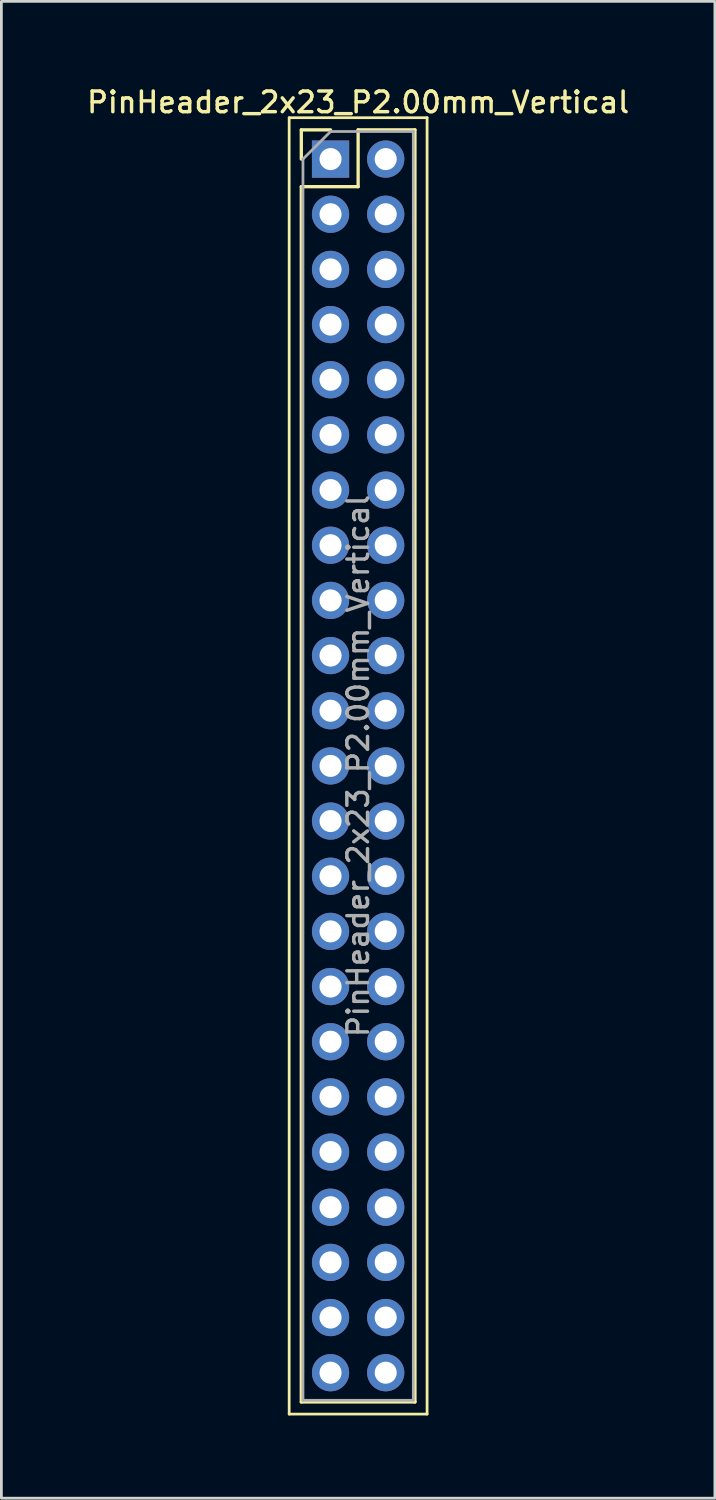
<source format=kicad_pcb>
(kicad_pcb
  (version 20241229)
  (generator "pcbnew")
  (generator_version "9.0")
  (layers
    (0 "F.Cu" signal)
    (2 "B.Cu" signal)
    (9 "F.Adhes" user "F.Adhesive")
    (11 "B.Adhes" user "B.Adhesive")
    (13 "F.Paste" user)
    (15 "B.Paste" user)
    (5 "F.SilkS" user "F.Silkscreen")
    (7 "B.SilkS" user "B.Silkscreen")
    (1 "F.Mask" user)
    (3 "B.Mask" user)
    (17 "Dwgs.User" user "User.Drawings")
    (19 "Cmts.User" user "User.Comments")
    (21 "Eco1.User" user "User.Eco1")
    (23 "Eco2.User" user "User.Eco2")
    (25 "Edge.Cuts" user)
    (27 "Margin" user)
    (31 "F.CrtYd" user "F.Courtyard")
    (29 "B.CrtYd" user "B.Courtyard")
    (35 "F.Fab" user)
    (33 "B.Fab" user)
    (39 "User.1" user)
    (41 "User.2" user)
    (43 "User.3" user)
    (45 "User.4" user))
  (footprint "PinHeader_2x23_P2.00mm_Vertical"
    (layer "F.Cu")
    (at 8.934 2.718)
    (property "Reference" "PinHeader_2x23_P2.00mm_Vertical" (at 1 -2.06 0) (layer "F.SilkS") (effects (font (size 0.75 0.75) (thickness 0.125))))
    (attr through_hole)
    (fp_line (start -1.5 -1.5) (end -1.5 45.5) (stroke (width 0.1) (type solid)) (layer "F.SilkS"))
    (fp_line (start -1.5 45.5) (end 3.5 45.5) (stroke (width 0.1) (type solid)) (layer "F.SilkS"))
    (fp_line (start -1.06 -1.06) (end 0 -1.06) (stroke (width 0.12) (type solid)) (layer "F.SilkS"))
    (fp_line (start -1.06 0) (end -1.06 -1.06) (stroke (width 0.12) (type solid)) (layer "F.SilkS"))
    (fp_line (start -1.06 1) (end -1.06 45.06) (stroke (width 0.12) (type solid)) (layer "F.SilkS"))
    (fp_line (start -1.06 1) (end 1 1) (stroke (width 0.12) (type solid)) (layer "F.SilkS"))
    (fp_line (start -1.06 45.06) (end 3.06 45.06) (stroke (width 0.12) (type solid)) (layer "F.SilkS"))
    (fp_line (start 1 -1.06) (end 3.06 -1.06) (stroke (width 0.12) (type solid)) (layer "F.SilkS"))
    (fp_line (start 1 1) (end 1 -1.06) (stroke (width 0.12) (type solid)) (layer "F.SilkS"))
    (fp_line (start 3.06 -1.06) (end 3.06 45.06) (stroke (width 0.12) (type solid)) (layer "F.SilkS"))
    (fp_line (start 3.5 -1.5) (end -1.5 -1.5) (stroke (width 0.1) (type solid)) (layer "F.SilkS"))
    (fp_line (start 3.5 45.5) (end 3.5 -1.5) (stroke (width 0.1) (type solid)) (layer "F.SilkS"))
    (fp_line (start -1 0) (end 0 -1) (stroke (width 0.1) (type solid)) (layer "F.Fab"))
    (fp_line (start -1 45) (end -1 0) (stroke (width 0.1) (type solid)) (layer "F.Fab"))
    (fp_line (start 0 -1) (end 3 -1) (stroke (width 0.1) (type solid)) (layer "F.Fab"))
    (fp_line (start 3 -1) (end 3 45) (stroke (width 0.1) (type solid)) (layer "F.Fab"))
    (fp_line (start 3 45) (end -1 45) (stroke (width 0.1) (type solid)) (layer "F.Fab"))
    (fp_text user "${REFERENCE}" (at 1 22 90) (layer "F.Fab") (effects (font (size 0.75 0.75) (thickness 0.125))))
    (pad "1" thru_hole rect (at 0 0) (size 1.35 1.35) (drill 0.8) (layers "*.Cu" "*.Mask"))
    (pad "2" thru_hole oval (at 2 0) (size 1.35 1.35) (drill 0.8) (layers "*.Cu" "*.Mask"))
    (pad "3" thru_hole oval (at 0 2) (size 1.35 1.35) (drill 0.8) (layers "*.Cu" "*.Mask"))
    (pad "4" thru_hole oval (at 2 2) (size 1.35 1.35) (drill 0.8) (layers "*.Cu" "*.Mask"))
    (pad "5" thru_hole oval (at 0 4) (size 1.35 1.35) (drill 0.8) (layers "*.Cu" "*.Mask"))
    (pad "6" thru_hole oval (at 2 4) (size 1.35 1.35) (drill 0.8) (layers "*.Cu" "*.Mask"))
    (pad "7" thru_hole oval (at 0 6) (size 1.35 1.35) (drill 0.8) (layers "*.Cu" "*.Mask"))
    (pad "8" thru_hole oval (at 2 6) (size 1.35 1.35) (drill 0.8) (layers "*.Cu" "*.Mask"))
    (pad "9" thru_hole oval (at 0 8) (size 1.35 1.35) (drill 0.8) (layers "*.Cu" "*.Mask"))
    (pad "10" thru_hole oval (at 2 8) (size 1.35 1.35) (drill 0.8) (layers "*.Cu" "*.Mask"))
    (pad "11" thru_hole oval (at 0 10) (size 1.35 1.35) (drill 0.8) (layers "*.Cu" "*.Mask"))
    (pad "12" thru_hole oval (at 2 10) (size 1.35 1.35) (drill 0.8) (layers "*.Cu" "*.Mask"))
    (pad "13" thru_hole oval (at 0 12) (size 1.35 1.35) (drill 0.8) (layers "*.Cu" "*.Mask"))
    (pad "14" thru_hole oval (at 2 12) (size 1.35 1.35) (drill 0.8) (layers "*.Cu" "*.Mask"))
    (pad "15" thru_hole oval (at 0 14) (size 1.35 1.35) (drill 0.8) (layers "*.Cu" "*.Mask"))
    (pad "16" thru_hole oval (at 2 14) (size 1.35 1.35) (drill 0.8) (layers "*.Cu" "*.Mask"))
    (pad "17" thru_hole oval (at 0 16) (size 1.35 1.35) (drill 0.8) (layers "*.Cu" "*.Mask"))
    (pad "18" thru_hole oval (at 2 16) (size 1.35 1.35) (drill 0.8) (layers "*.Cu" "*.Mask"))
    (pad "19" thru_hole oval (at 0 18) (size 1.35 1.35) (drill 0.8) (layers "*.Cu" "*.Mask"))
    (pad "20" thru_hole oval (at 2 18) (size 1.35 1.35) (drill 0.8) (layers "*.Cu" "*.Mask"))
    (pad "21" thru_hole oval (at 0 20) (size 1.35 1.35) (drill 0.8) (layers "*.Cu" "*.Mask"))
    (pad "22" thru_hole oval (at 2 20) (size 1.35 1.35) (drill 0.8) (layers "*.Cu" "*.Mask"))
    (pad "23" thru_hole oval (at 0 22) (size 1.35 1.35) (drill 0.8) (layers "*.Cu" "*.Mask"))
    (pad "24" thru_hole oval (at 2 22) (size 1.35 1.35) (drill 0.8) (layers "*.Cu" "*.Mask"))
    (pad "25" thru_hole oval (at 0 24) (size 1.35 1.35) (drill 0.8) (layers "*.Cu" "*.Mask"))
    (pad "26" thru_hole oval (at 2 24) (size 1.35 1.35) (drill 0.8) (layers "*.Cu" "*.Mask"))
    (pad "27" thru_hole oval (at 0 26) (size 1.35 1.35) (drill 0.8) (layers "*.Cu" "*.Mask"))
    (pad "28" thru_hole oval (at 2 26) (size 1.35 1.35) (drill 0.8) (layers "*.Cu" "*.Mask"))
    (pad "29" thru_hole oval (at 0 28) (size 1.35 1.35) (drill 0.8) (layers "*.Cu" "*.Mask"))
    (pad "30" thru_hole oval (at 2 28) (size 1.35 1.35) (drill 0.8) (layers "*.Cu" "*.Mask"))
    (pad "31" thru_hole oval (at 0 30) (size 1.35 1.35) (drill 0.8) (layers "*.Cu" "*.Mask"))
    (pad "32" thru_hole oval (at 2 30) (size 1.35 1.35) (drill 0.8) (layers "*.Cu" "*.Mask"))
    (pad "33" thru_hole oval (at 0 32) (size 1.35 1.35) (drill 0.8) (layers "*.Cu" "*.Mask"))
    (pad "34" thru_hole oval (at 2 32) (size 1.35 1.35) (drill 0.8) (layers "*.Cu" "*.Mask"))
    (pad "35" thru_hole oval (at 0 34) (size 1.35 1.35) (drill 0.8) (layers "*.Cu" "*.Mask"))
    (pad "36" thru_hole oval (at 2 34) (size 1.35 1.35) (drill 0.8) (layers "*.Cu" "*.Mask"))
    (pad "37" thru_hole oval (at 0 36) (size 1.35 1.35) (drill 0.8) (layers "*.Cu" "*.Mask"))
    (pad "38" thru_hole oval (at 2 36) (size 1.35 1.35) (drill 0.8) (layers "*.Cu" "*.Mask"))
    (pad "39" thru_hole oval (at 0 38) (size 1.35 1.35) (drill 0.8) (layers "*.Cu" "*.Mask"))
    (pad "40" thru_hole oval (at 2 38) (size 1.35 1.35) (drill 0.8) (layers "*.Cu" "*.Mask"))
    (pad "41" thru_hole oval (at 0 40) (size 1.35 1.35) (drill 0.8) (layers "*.Cu" "*.Mask"))
    (pad "42" thru_hole oval (at 2 40) (size 1.35 1.35) (drill 0.8) (layers "*.Cu" "*.Mask"))
    (pad "43" thru_hole oval (at 0 42) (size 1.35 1.35) (drill 0.8) (layers "*.Cu" "*.Mask"))
    (pad "44" thru_hole oval (at 2 42) (size 1.35 1.35) (drill 0.8) (layers "*.Cu" "*.Mask"))
    (pad "45" thru_hole oval (at 0 44) (size 1.35 1.35) (drill 0.8) (layers "*.Cu" "*.Mask"))
    (pad "46" thru_hole oval (at 2 44) (size 1.35 1.35) (drill 0.8) (layers "*.Cu" "*.Mask")))
  (gr_rect
    (start -3 -3)
    (end 22.868 51.268)
    (stroke (width 0.1) (type default))
    (fill no)
    (layer "Edge.Cuts")))
</source>
